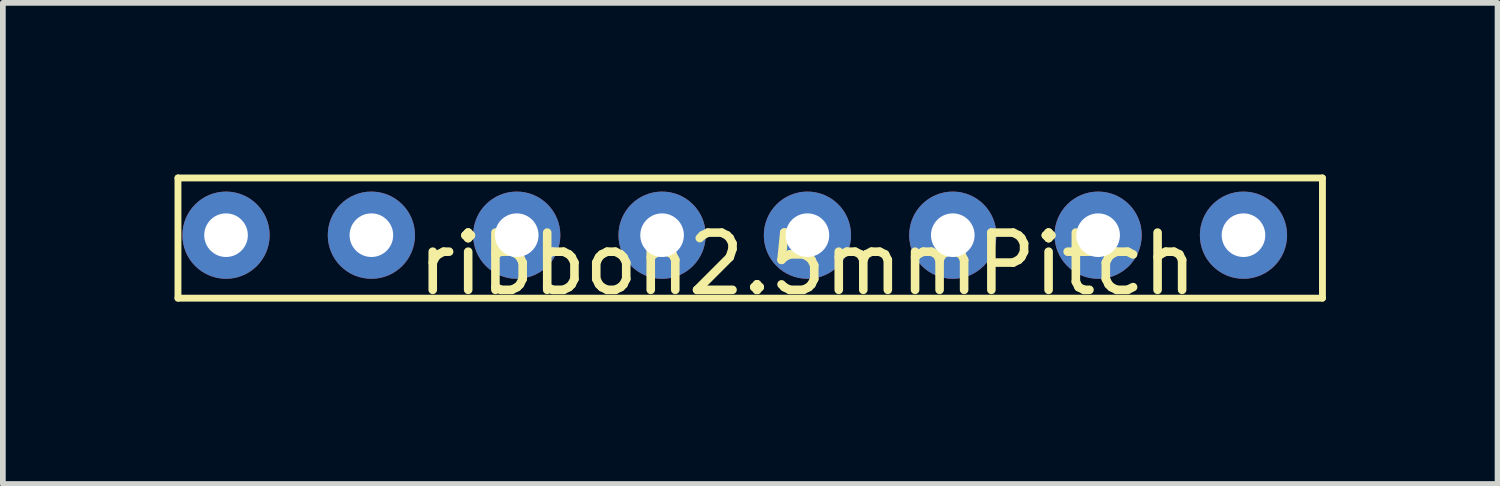
<source format=kicad_pcb>
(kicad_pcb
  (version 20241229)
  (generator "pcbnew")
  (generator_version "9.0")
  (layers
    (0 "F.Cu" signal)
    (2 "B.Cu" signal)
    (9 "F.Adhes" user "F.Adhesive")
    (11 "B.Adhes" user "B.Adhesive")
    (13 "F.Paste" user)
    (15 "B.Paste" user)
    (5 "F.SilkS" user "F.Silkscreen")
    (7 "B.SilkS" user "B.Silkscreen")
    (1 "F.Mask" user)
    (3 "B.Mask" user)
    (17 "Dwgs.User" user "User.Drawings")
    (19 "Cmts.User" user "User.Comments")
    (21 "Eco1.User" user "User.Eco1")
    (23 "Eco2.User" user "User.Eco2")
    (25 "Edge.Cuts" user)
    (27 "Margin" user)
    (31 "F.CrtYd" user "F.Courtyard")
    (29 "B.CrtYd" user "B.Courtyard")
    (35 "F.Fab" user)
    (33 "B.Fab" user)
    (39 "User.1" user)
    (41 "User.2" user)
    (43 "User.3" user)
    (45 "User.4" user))
  (footprint "ribbon2.5mmPitch"
    (layer "F.Cu")
    (at 11.06 1.06)
    (property "Reference" "ribbon2.5mmPitch" (at 0 0.5 0) (layer "F.SilkS") (effects (font (size 1 1) (thickness 0.15))))
    (attr through_hole)
    (fp_line (start -11 -1) (end -11 1.1) (stroke (width 0.12) (type solid)) (layer "F.SilkS"))
    (fp_line (start -11 1.1) (end 9 1.1) (stroke (width 0.12) (type solid)) (layer "F.SilkS"))
    (fp_line (start 9 -1) (end -11 -1) (stroke (width 0.12) (type solid)) (layer "F.SilkS"))
    (fp_line (start 9 1.1) (end 9 -1) (stroke (width 0.12) (type solid)) (layer "F.SilkS"))
    (pad "1" thru_hole circle (at -10.16 0) (size 1.524 1.524) (drill 0.762) (layers "*.Cu" "*.Mask"))
    (pad "2" thru_hole circle (at -7.62 0) (size 1.524 1.524) (drill 0.762) (layers "*.Cu" "*.Mask"))
    (pad "3" thru_hole circle (at -5.08 0) (size 1.524 1.524) (drill 0.762) (layers "*.Cu" "*.Mask"))
    (pad "4" thru_hole circle (at -2.54 0) (size 1.524 1.524) (drill 0.762) (layers "*.Cu" "*.Mask"))
    (pad "5" thru_hole circle (at 0 0) (size 1.524 1.524) (drill 0.762) (layers "*.Cu" "*.Mask"))
    (pad "6" thru_hole circle (at 2.54 0) (size 1.524 1.524) (drill 0.762) (layers "*.Cu" "*.Mask"))
    (pad "7" thru_hole circle (at 5.08 0) (size 1.524 1.524) (drill 0.762) (layers "*.Cu" "*.Mask"))
    (pad "8" thru_hole circle (at 7.62 0) (size 1.524 1.524) (drill 0.762) (layers "*.Cu" "*.Mask")))
  (gr_rect
    (start -3 -3)
    (end 23.12 5.408)
    (stroke (width 0.1) (type default))
    (fill no)
    (layer "Edge.Cuts")))
</source>
